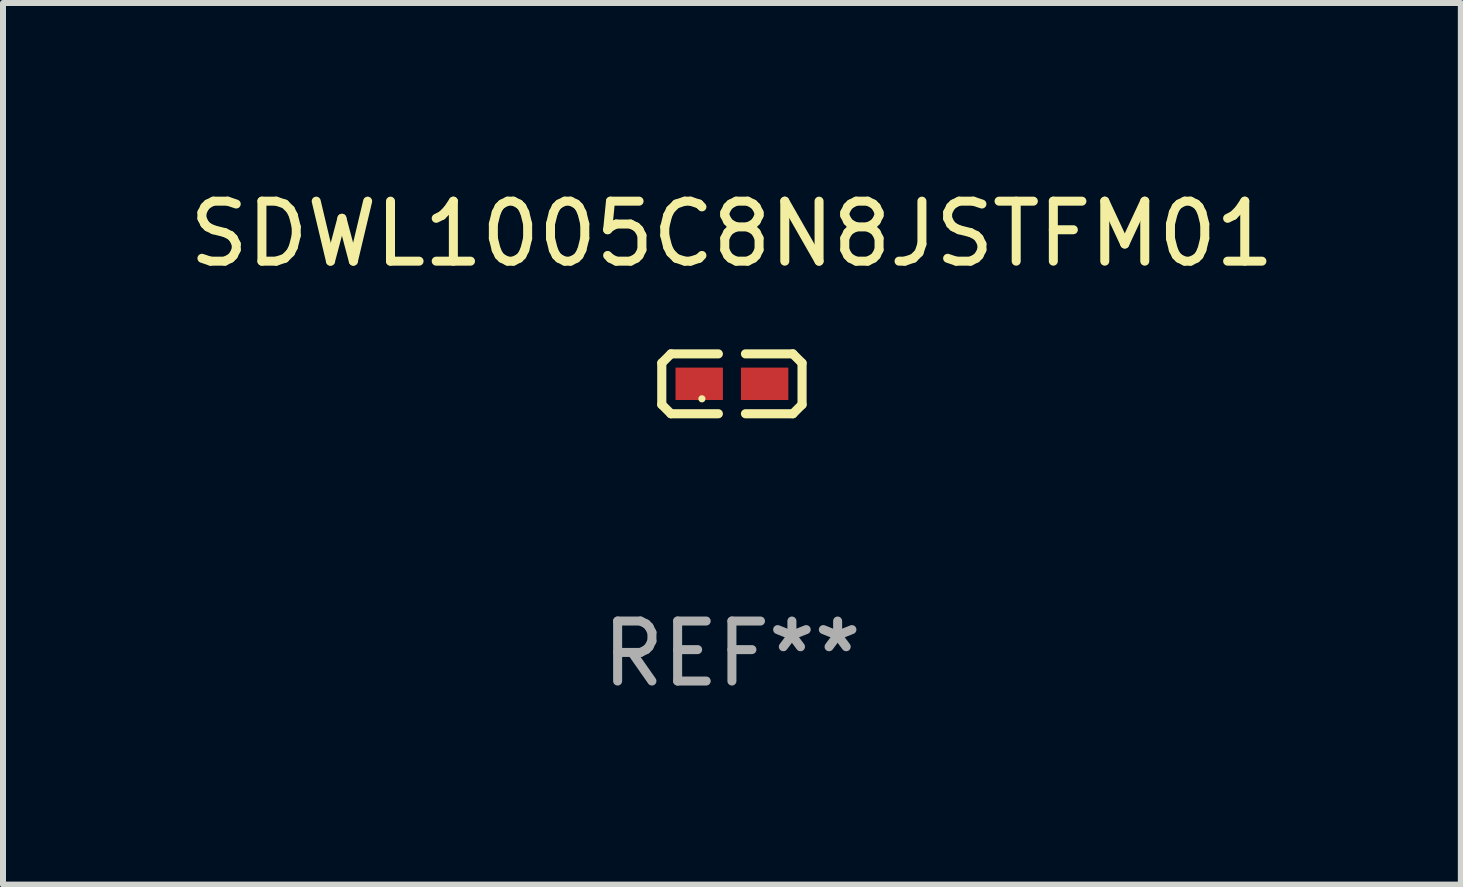
<source format=kicad_pcb>
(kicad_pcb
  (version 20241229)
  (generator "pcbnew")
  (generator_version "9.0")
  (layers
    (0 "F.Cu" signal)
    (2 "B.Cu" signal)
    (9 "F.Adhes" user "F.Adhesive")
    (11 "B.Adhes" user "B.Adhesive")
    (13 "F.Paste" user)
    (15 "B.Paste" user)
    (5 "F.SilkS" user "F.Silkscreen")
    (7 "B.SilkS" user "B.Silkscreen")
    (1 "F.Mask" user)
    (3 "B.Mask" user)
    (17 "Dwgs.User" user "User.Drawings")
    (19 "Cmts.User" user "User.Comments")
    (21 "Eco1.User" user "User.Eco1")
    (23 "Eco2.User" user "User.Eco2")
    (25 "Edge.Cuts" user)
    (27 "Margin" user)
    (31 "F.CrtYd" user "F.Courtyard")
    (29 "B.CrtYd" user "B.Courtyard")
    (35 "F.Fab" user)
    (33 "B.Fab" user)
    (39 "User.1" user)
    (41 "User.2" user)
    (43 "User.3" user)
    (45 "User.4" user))
  (footprint "SDWL1005C8N8JSTFM01"
    (layer "F.Cu")
    (at 9.149 3.347)
    (property "Reference" "SDWL1005C8N8JSTFM01" (at 0 -2.499 0) (layer "F.SilkS") (effects (font (size 1 1) (thickness 0.15))))
    (attr through_hole)
    (fp_line (start -1.169 -0.346) (end -1.016 -0.499) (stroke (width 0.152) (type solid)) (layer "F.SilkS"))
    (fp_line (start -1.169 0.346) (end -1.169 -0.346) (stroke (width 0.152) (type solid)) (layer "F.SilkS"))
    (fp_line (start -1.016 -0.499) (end -0.226 -0.499) (stroke (width 0.152) (type solid)) (layer "F.SilkS"))
    (fp_line (start -1.016 0.499) (end -1.169 0.346) (stroke (width 0.152) (type solid)) (layer "F.SilkS"))
    (fp_line (start -0.226 0.499) (end -1.016 0.499) (stroke (width 0.152) (type solid)) (layer "F.SilkS"))
    (fp_line (start 0.226 0.499) (end 1.016 0.499) (stroke (width 0.152) (type solid)) (layer "F.SilkS"))
    (fp_line (start 1.016 -0.499) (end 0.226 -0.499) (stroke (width 0.152) (type solid)) (layer "F.SilkS"))
    (fp_line (start 1.016 0.499) (end 1.169 0.346) (stroke (width 0.152) (type solid)) (layer "F.SilkS"))
    (fp_line (start 1.169 -0.346) (end 1.016 -0.499) (stroke (width 0.152) (type solid)) (layer "F.SilkS"))
    (fp_line (start 1.169 0.346) (end 1.169 -0.346) (stroke (width 0.152) (type solid)) (layer "F.SilkS"))
    (fp_circle (center -0.5 0.25) (end -0.47 0.25) (stroke (width 0.06) (type solid)) (fill no) (layer "F.SilkS"))
    (fp_text user "REF**" (at 0 4.499 0) (layer "F.Fab") (effects (font (size 1 1) (thickness 0.15))))
    (pad "1" smd rect (at -0.545 0) (size 0.79 0.54) (layers "F.Cu" "F.Mask" "F.Paste"))
    (pad "2" smd rect (at 0.545 0) (size 0.79 0.54) (layers "F.Cu" "F.Mask" "F.Paste")))
  (gr_rect
    (start -3 -3)
    (end 21.298 11.694)
    (stroke (width 0.1) (type default))
    (fill no)
    (layer "Edge.Cuts")))
</source>
